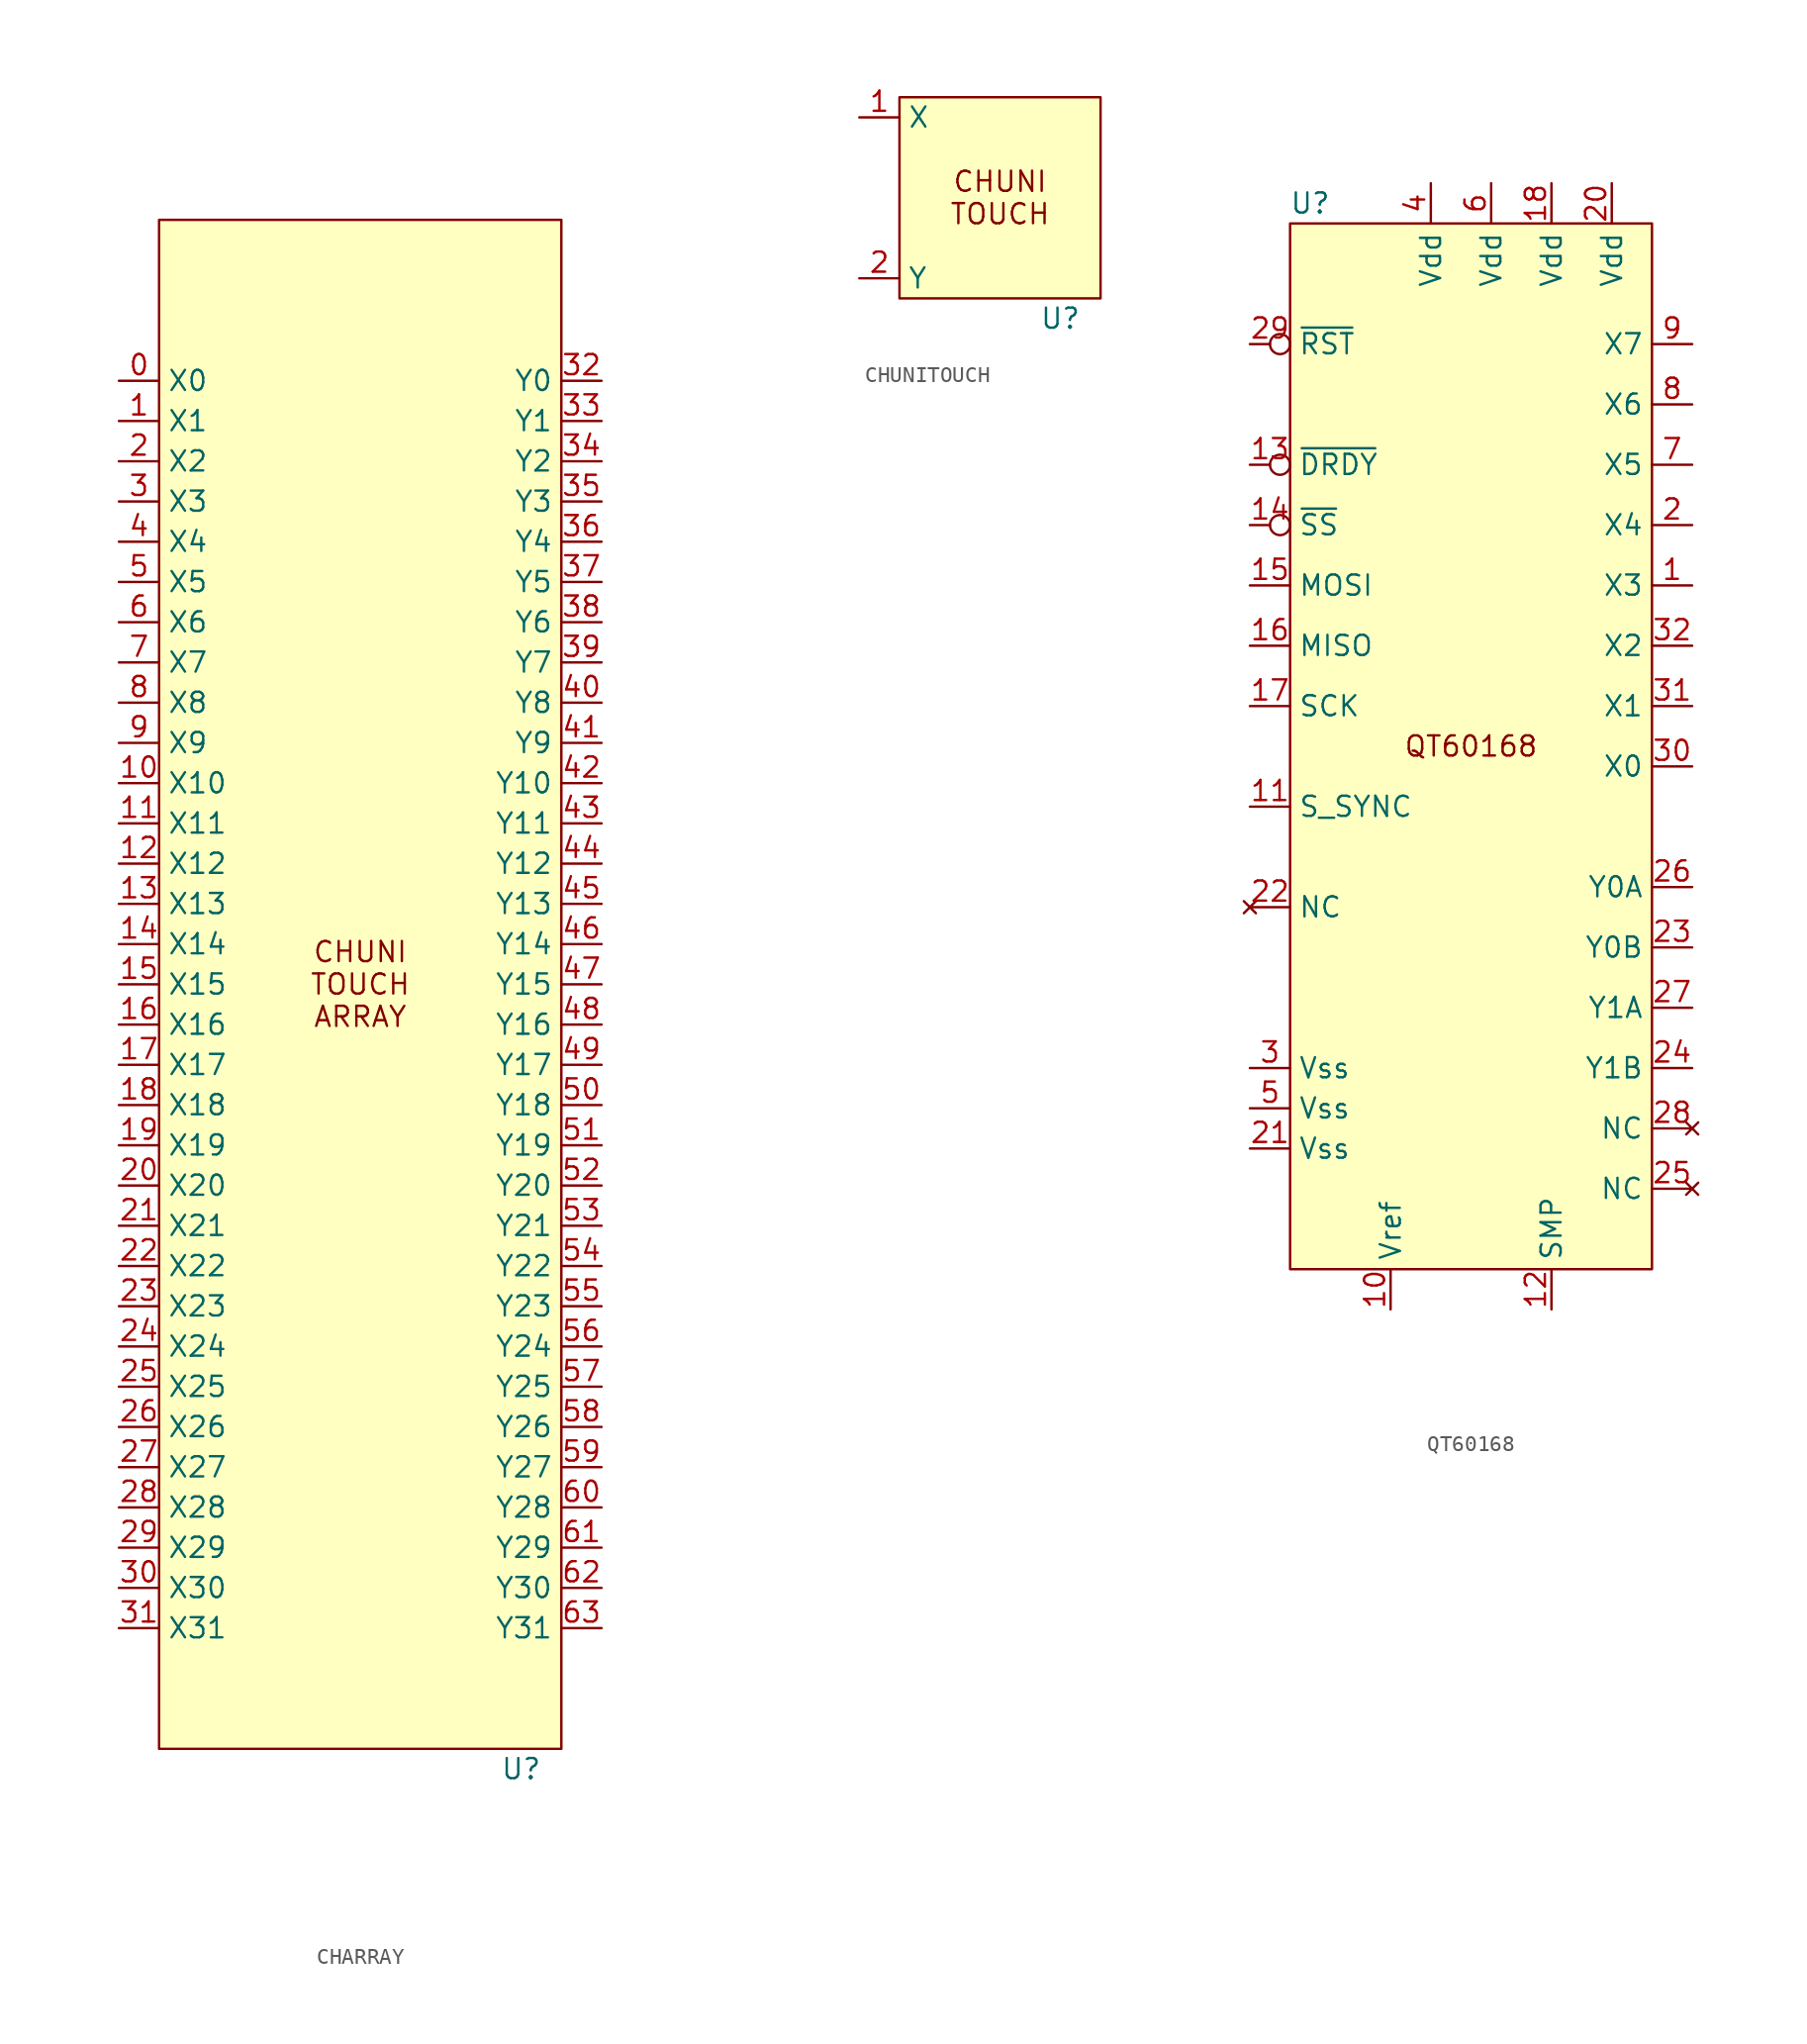
<source format=kicad_sym>
(kicad_symbol_lib
  (version 20220914)
  (generator kicad_symbol_editor)
  (symbol "CHARRAY"
    (property "Reference" "U"
      (at 10.16 -49.53 0)
      (effects (font (size 1.27 1.27))))
    (property "Value" ""
      (at -15.24 38.1 0)
      (effects (font (size 1.27 1.27))))
    (symbol "CHARRAY_0_0"
      (pin input line (at -15.24 38.1 0) (length 2.54) (name "X0" (effects (font (size 1.27 1.27)))) (number "0" (effects (font (size 1.27 1.27)))))
      (pin input line (at -15.24 35.56 0) (length 2.54) (name "X1" (effects (font (size 1.27 1.27)))) (number "1" (effects (font (size 1.27 1.27)))))
      (pin input line (at -15.24 12.7 0) (length 2.54) (name "X10" (effects (font (size 1.27 1.27)))) (number "10" (effects (font (size 1.27 1.27)))))
      (pin input line (at -15.24 10.16 0) (length 2.54) (name "X11" (effects (font (size 1.27 1.27)))) (number "11" (effects (font (size 1.27 1.27)))))
      (pin input line (at -15.24 7.62 0) (length 2.54) (name "X12" (effects (font (size 1.27 1.27)))) (number "12" (effects (font (size 1.27 1.27)))))
      (pin input line (at -15.24 5.08 0) (length 2.54) (name "X13" (effects (font (size 1.27 1.27)))) (number "13" (effects (font (size 1.27 1.27)))))
      (pin input line (at -15.24 2.54 0) (length 2.54) (name "X14" (effects (font (size 1.27 1.27)))) (number "14" (effects (font (size 1.27 1.27)))))
      (pin input line (at -15.24 0 0) (length 2.54) (name "X15" (effects (font (size 1.27 1.27)))) (number "15" (effects (font (size 1.27 1.27)))))
      (pin input line (at -15.24 -2.54 0) (length 2.54) (name "X16" (effects (font (size 1.27 1.27)))) (number "16" (effects (font (size 1.27 1.27)))))
      (pin input line (at -15.24 -5.08 0) (length 2.54) (name "X17" (effects (font (size 1.27 1.27)))) (number "17" (effects (font (size 1.27 1.27)))))
      (pin input line (at -15.24 -7.62 0) (length 2.54) (name "X18" (effects (font (size 1.27 1.27)))) (number "18" (effects (font (size 1.27 1.27)))))
      (pin input line (at -15.24 -10.16 0) (length 2.54) (name "X19" (effects (font (size 1.27 1.27)))) (number "19" (effects (font (size 1.27 1.27)))))
      (pin input line (at -15.24 33.02 0) (length 2.54) (name "X2" (effects (font (size 1.27 1.27)))) (number "2" (effects (font (size 1.27 1.27)))))
      (pin input line (at -15.24 -12.7 0) (length 2.54) (name "X20" (effects (font (size 1.27 1.27)))) (number "20" (effects (font (size 1.27 1.27)))))
      (pin input line (at -15.24 -15.24 0) (length 2.54) (name "X21" (effects (font (size 1.27 1.27)))) (number "21" (effects (font (size 1.27 1.27)))))
      (pin input line (at -15.24 -17.78 0) (length 2.54) (name "X22" (effects (font (size 1.27 1.27)))) (number "22" (effects (font (size 1.27 1.27)))))
      (pin input line (at -15.24 -20.32 0) (length 2.54) (name "X23" (effects (font (size 1.27 1.27)))) (number "23" (effects (font (size 1.27 1.27)))))
      (pin input line (at -15.24 -22.86 0) (length 2.54) (name "X24" (effects (font (size 1.27 1.27)))) (number "24" (effects (font (size 1.27 1.27)))))
      (pin input line (at -15.24 -25.4 0) (length 2.54) (name "X25" (effects (font (size 1.27 1.27)))) (number "25" (effects (font (size 1.27 1.27)))))
      (pin input line (at -15.24 -27.94 0) (length 2.54) (name "X26" (effects (font (size 1.27 1.27)))) (number "26" (effects (font (size 1.27 1.27)))))
      (pin input line (at -15.24 -30.48 0) (length 2.54) (name "X27" (effects (font (size 1.27 1.27)))) (number "27" (effects (font (size 1.27 1.27)))))
      (pin input line (at -15.24 -33.02 0) (length 2.54) (name "X28" (effects (font (size 1.27 1.27)))) (number "28" (effects (font (size 1.27 1.27)))))
      (pin input line (at -15.24 -35.56 0) (length 2.54) (name "X29" (effects (font (size 1.27 1.27)))) (number "29" (effects (font (size 1.27 1.27)))))
      (pin input line (at -15.24 30.48 0) (length 2.54) (name "X3" (effects (font (size 1.27 1.27)))) (number "3" (effects (font (size 1.27 1.27)))))
      (pin input line (at -15.24 -38.1 0) (length 2.54) (name "X30" (effects (font (size 1.27 1.27)))) (number "30" (effects (font (size 1.27 1.27)))))
      (pin input line (at -15.24 -40.64 0) (length 2.54) (name "X31" (effects (font (size 1.27 1.27)))) (number "31" (effects (font (size 1.27 1.27)))))
      (pin output line (at 15.24 38.1 180) (length 2.54) (name "Y0" (effects (font (size 1.27 1.27)))) (number "32" (effects (font (size 1.27 1.27)))))
      (pin output line (at 15.24 35.56 180) (length 2.54) (name "Y1" (effects (font (size 1.27 1.27)))) (number "33" (effects (font (size 1.27 1.27)))))
      (pin output line (at 15.24 33.02 180) (length 2.54) (name "Y2" (effects (font (size 1.27 1.27)))) (number "34" (effects (font (size 1.27 1.27)))))
      (pin output line (at 15.24 30.48 180) (length 2.54) (name "Y3" (effects (font (size 1.27 1.27)))) (number "35" (effects (font (size 1.27 1.27)))))
      (pin output line (at 15.24 27.94 180) (length 2.54) (name "Y4" (effects (font (size 1.27 1.27)))) (number "36" (effects (font (size 1.27 1.27)))))
      (pin output line (at 15.24 25.4 180) (length 2.54) (name "Y5" (effects (font (size 1.27 1.27)))) (number "37" (effects (font (size 1.27 1.27)))))
      (pin output line (at 15.24 22.86 180) (length 2.54) (name "Y6" (effects (font (size 1.27 1.27)))) (number "38" (effects (font (size 1.27 1.27)))))
      (pin output line (at 15.24 20.32 180) (length 2.54) (name "Y7" (effects (font (size 1.27 1.27)))) (number "39" (effects (font (size 1.27 1.27)))))
      (pin input line (at -15.24 27.94 0) (length 2.54) (name "X4" (effects (font (size 1.27 1.27)))) (number "4" (effects (font (size 1.27 1.27)))))
      (pin output line (at 15.24 17.78 180) (length 2.54) (name "Y8" (effects (font (size 1.27 1.27)))) (number "40" (effects (font (size 1.27 1.27)))))
      (pin output line (at 15.24 15.24 180) (length 2.54) (name "Y9" (effects (font (size 1.27 1.27)))) (number "41" (effects (font (size 1.27 1.27)))))
      (pin output line (at 15.24 12.7 180) (length 2.54) (name "Y10" (effects (font (size 1.27 1.27)))) (number "42" (effects (font (size 1.27 1.27)))))
      (pin output line (at 15.24 10.16 180) (length 2.54) (name "Y11" (effects (font (size 1.27 1.27)))) (number "43" (effects (font (size 1.27 1.27)))))
      (pin output line (at 15.24 7.62 180) (length 2.54) (name "Y12" (effects (font (size 1.27 1.27)))) (number "44" (effects (font (size 1.27 1.27)))))
      (pin output line (at 15.24 5.08 180) (length 2.54) (name "Y13" (effects (font (size 1.27 1.27)))) (number "45" (effects (font (size 1.27 1.27)))))
      (pin output line (at 15.24 2.54 180) (length 2.54) (name "Y14" (effects (font (size 1.27 1.27)))) (number "46" (effects (font (size 1.27 1.27)))))
      (pin output line (at 15.24 0 180) (length 2.54) (name "Y15" (effects (font (size 1.27 1.27)))) (number "47" (effects (font (size 1.27 1.27)))))
      (pin output line (at 15.24 -2.54 180) (length 2.54) (name "Y16" (effects (font (size 1.27 1.27)))) (number "48" (effects (font (size 1.27 1.27)))))
      (pin output line (at 15.24 -5.08 180) (length 2.54) (name "Y17" (effects (font (size 1.27 1.27)))) (number "49" (effects (font (size 1.27 1.27)))))
      (pin input line (at -15.24 25.4 0) (length 2.54) (name "X5" (effects (font (size 1.27 1.27)))) (number "5" (effects (font (size 1.27 1.27)))))
      (pin output line (at 15.24 -7.62 180) (length 2.54) (name "Y18" (effects (font (size 1.27 1.27)))) (number "50" (effects (font (size 1.27 1.27)))))
      (pin output line (at 15.24 -10.16 180) (length 2.54) (name "Y19" (effects (font (size 1.27 1.27)))) (number "51" (effects (font (size 1.27 1.27)))))
      (pin output line (at 15.24 -12.7 180) (length 2.54) (name "Y20" (effects (font (size 1.27 1.27)))) (number "52" (effects (font (size 1.27 1.27)))))
      (pin output line (at 15.24 -15.24 180) (length 2.54) (name "Y21" (effects (font (size 1.27 1.27)))) (number "53" (effects (font (size 1.27 1.27)))))
      (pin output line (at 15.24 -17.78 180) (length 2.54) (name "Y22" (effects (font (size 1.27 1.27)))) (number "54" (effects (font (size 1.27 1.27)))))
      (pin output line (at 15.24 -20.32 180) (length 2.54) (name "Y23" (effects (font (size 1.27 1.27)))) (number "55" (effects (font (size 1.27 1.27)))))
      (pin output line (at 15.24 -22.86 180) (length 2.54) (name "Y24" (effects (font (size 1.27 1.27)))) (number "56" (effects (font (size 1.27 1.27)))))
      (pin output line (at 15.24 -25.4 180) (length 2.54) (name "Y25" (effects (font (size 1.27 1.27)))) (number "57" (effects (font (size 1.27 1.27)))))
      (pin output line (at 15.24 -27.94 180) (length 2.54) (name "Y26" (effects (font (size 1.27 1.27)))) (number "58" (effects (font (size 1.27 1.27)))))
      (pin output line (at 15.24 -30.48 180) (length 2.54) (name "Y27" (effects (font (size 1.27 1.27)))) (number "59" (effects (font (size 1.27 1.27)))))
      (pin input line (at -15.24 22.86 0) (length 2.54) (name "X6" (effects (font (size 1.27 1.27)))) (number "6" (effects (font (size 1.27 1.27)))))
      (pin output line (at 15.24 -33.02 180) (length 2.54) (name "Y28" (effects (font (size 1.27 1.27)))) (number "60" (effects (font (size 1.27 1.27)))))
      (pin output line (at 15.24 -35.56 180) (length 2.54) (name "Y29" (effects (font (size 1.27 1.27)))) (number "61" (effects (font (size 1.27 1.27)))))
      (pin output line (at 15.24 -38.1 180) (length 2.54) (name "Y30" (effects (font (size 1.27 1.27)))) (number "62" (effects (font (size 1.27 1.27)))))
      (pin output line (at 15.24 -40.64 180) (length 2.54) (name "Y31" (effects (font (size 1.27 1.27)))) (number "63" (effects (font (size 1.27 1.27)))))
      (pin input line (at -15.24 20.32 0) (length 2.54) (name "X7" (effects (font (size 1.27 1.27)))) (number "7" (effects (font (size 1.27 1.27)))))
      (pin input line (at -15.24 17.78 0) (length 2.54) (name "X8" (effects (font (size 1.27 1.27)))) (number "8" (effects (font (size 1.27 1.27)))))
      (pin input line (at -15.24 15.24 0) (length 2.54) (name "X9" (effects (font (size 1.27 1.27)))) (number "9" (effects (font (size 1.27 1.27))))))
    (symbol "CHARRAY_1_1"
      (rectangle (start -12.7 48.26) (end 12.7 -48.26) (stroke (width 0) (type default)) (fill (type background)))
      (text "CHUNI\nTOUCH\nARRAY" (at 0 0 0) (effects (font (size 1.27 1.27))))))
  (symbol "CHUNITOUCH"
    (property "Reference" "U"
      (at 3.81 -7.62 0)
      (effects (font (size 1.27 1.27))))
    (property "Value" ""
      (at -15.24 1.27 0)
      (effects (font (size 1.27 1.27))))
    (symbol "CHUNITOUCH_1_0"
      (pin input line (at -8.89 5.08 0) (length 2.54) (name "X" (effects (font (size 1.27 1.27)))) (number "1" (effects (font (size 1.27 1.27)))))
      (pin output line (at -8.89 -5.08 0) (length 2.54) (name "Y" (effects (font (size 1.27 1.27)))) (number "2" (effects (font (size 1.27 1.27))))))
    (symbol "CHUNITOUCH_1_1"
      (rectangle (start -6.35 6.35) (end 6.35 -6.35) (stroke (width 0) (type default)) (fill (type background)))
      (text "CHUNI\nTOUCH" (at 0 0 0) (effects (font (size 1.27 1.27))))))
  (symbol "QT60168"
    (property "Reference" "U"
      (at -10.16 34.29 0)
      (effects (font (size 1.27 1.27))))
    (symbol "QT60168_1_0"
      (pin power_in line (at -5.08 -35.56 90) (length 2.54) (name "Vref" (effects (font (size 1.27 1.27)))) (number "10" (effects (font (size 1.27 1.27)))))
      (pin output line (at 5.08 -35.56 90) (length 2.54) (name "SMP" (effects (font (size 1.27 1.27)))) (number "12" (effects (font (size 1.27 1.27)))))
      (pin input line (at 13.97 -12.7 180) (length 2.54) (name "Y0B" (effects (font (size 1.27 1.27)))) (number "23" (effects (font (size 1.27 1.27)))))
      (pin input line (at 13.97 -20.32 180) (length 2.54) (name "Y1B" (effects (font (size 1.27 1.27)))) (number "24" (effects (font (size 1.27 1.27)))))
      (pin no_connect line (at 13.97 -27.94 180) (length 2.54) (name "NC" (effects (font (size 1.27 1.27)))) (number "25" (effects (font (size 1.27 1.27)))))
      (pin input line (at 13.97 -8.89 180) (length 2.54) (name "Y0A" (effects (font (size 1.27 1.27)))) (number "26" (effects (font (size 1.27 1.27)))))
      (pin input line (at 13.97 -16.51 180) (length 2.54) (name "Y1A" (effects (font (size 1.27 1.27)))) (number "27" (effects (font (size 1.27 1.27)))))
      (pin no_connect line (at 13.97 -24.13 180) (length 2.54) (name "NC" (effects (font (size 1.27 1.27)))) (number "28" (effects (font (size 1.27 1.27))))))
    (symbol "QT60168_1_1"
      (rectangle (start -11.43 33.02) (end 11.43 -33.02) (stroke (width 0) (type default)) (fill (type background)))
      (text "QT60168" (at 0 0 0) (effects (font (size 1.27 1.27))))
      (pin output line (at 13.97 10.16 180) (length 2.54) (name "X3" (effects (font (size 1.27 1.27)))) (number "1" (effects (font (size 1.27 1.27)))))
      (pin output line (at -13.97 -3.81 0) (length 2.54) (name "S_SYNC" (effects (font (size 1.27 1.27)))) (number "11" (effects (font (size 1.27 1.27)))))
      (pin output inverted (at -13.97 17.78 0) (length 2.54) (name "~{DRDY}" (effects (font (size 1.27 1.27)))) (number "13" (effects (font (size 1.27 1.27)))))
      (pin input inverted (at -13.97 13.97 0) (length 2.54) (name "~{SS}" (effects (font (size 1.27 1.27)))) (number "14" (effects (font (size 1.27 1.27)))))
      (pin input line (at -13.97 10.16 0) (length 2.54) (name "MOSI" (effects (font (size 1.27 1.27)))) (number "15" (effects (font (size 1.27 1.27)))))
      (pin output line (at -13.97 6.35 0) (length 2.54) (name "MISO" (effects (font (size 1.27 1.27)))) (number "16" (effects (font (size 1.27 1.27)))))
      (pin input line (at -13.97 2.54 0) (length 2.54) (name "SCK" (effects (font (size 1.27 1.27)))) (number "17" (effects (font (size 1.27 1.27)))))
      (pin power_in line (at 5.08 35.56 270) (length 2.54) (name "Vdd" (effects (font (size 1.27 1.27)))) (number "18" (effects (font (size 1.27 1.27)))))
      (pin output line (at 13.97 13.97 180) (length 2.54) (name "X4" (effects (font (size 1.27 1.27)))) (number "2" (effects (font (size 1.27 1.27)))))
      (pin power_in line (at 8.89 35.56 270) (length 2.54) (name "Vdd" (effects (font (size 1.27 1.27)))) (number "20" (effects (font (size 1.27 1.27)))))
      (pin power_in line (at -13.97 -25.4 0) (length 2.54) (name "Vss" (effects (font (size 1.27 1.27)))) (number "21" (effects (font (size 1.27 1.27)))))
      (pin no_connect line (at -13.97 -10.16 0) (length 2.54) (name "NC" (effects (font (size 1.27 1.27)))) (number "22" (effects (font (size 1.27 1.27)))))
      (pin input inverted (at -13.97 25.4 0) (length 2.54) (name "~{RST}" (effects (font (size 1.27 1.27)))) (number "29" (effects (font (size 1.27 1.27)))))
      (pin power_in line (at -13.97 -20.32 0) (length 2.54) (name "Vss" (effects (font (size 1.27 1.27)))) (number "3" (effects (font (size 1.27 1.27)))))
      (pin output line (at 13.97 -1.27 180) (length 2.54) (name "X0" (effects (font (size 1.27 1.27)))) (number "30" (effects (font (size 1.27 1.27)))))
      (pin output line (at 13.97 2.54 180) (length 2.54) (name "X1" (effects (font (size 1.27 1.27)))) (number "31" (effects (font (size 1.27 1.27)))))
      (pin output line (at 13.97 6.35 180) (length 2.54) (name "X2" (effects (font (size 1.27 1.27)))) (number "32" (effects (font (size 1.27 1.27)))))
      (pin power_in line (at -2.54 35.56 270) (length 2.54) (name "Vdd" (effects (font (size 1.27 1.27)))) (number "4" (effects (font (size 1.27 1.27)))))
      (pin power_in line (at -13.97 -22.86 0) (length 2.54) (name "Vss" (effects (font (size 1.27 1.27)))) (number "5" (effects (font (size 1.27 1.27)))))
      (pin power_in line (at 1.27 35.56 270) (length 2.54) (name "Vdd" (effects (font (size 1.27 1.27)))) (number "6" (effects (font (size 1.27 1.27)))))
      (pin output line (at 13.97 17.78 180) (length 2.54) (name "X5" (effects (font (size 1.27 1.27)))) (number "7" (effects (font (size 1.27 1.27)))))
      (pin output line (at 13.97 21.59 180) (length 2.54) (name "X6" (effects (font (size 1.27 1.27)))) (number "8" (effects (font (size 1.27 1.27)))))
      (pin output line (at 13.97 25.4 180) (length 2.54) (name "X7" (effects (font (size 1.27 1.27)))) (number "9" (effects (font (size 1.27 1.27))))))))
</source>
